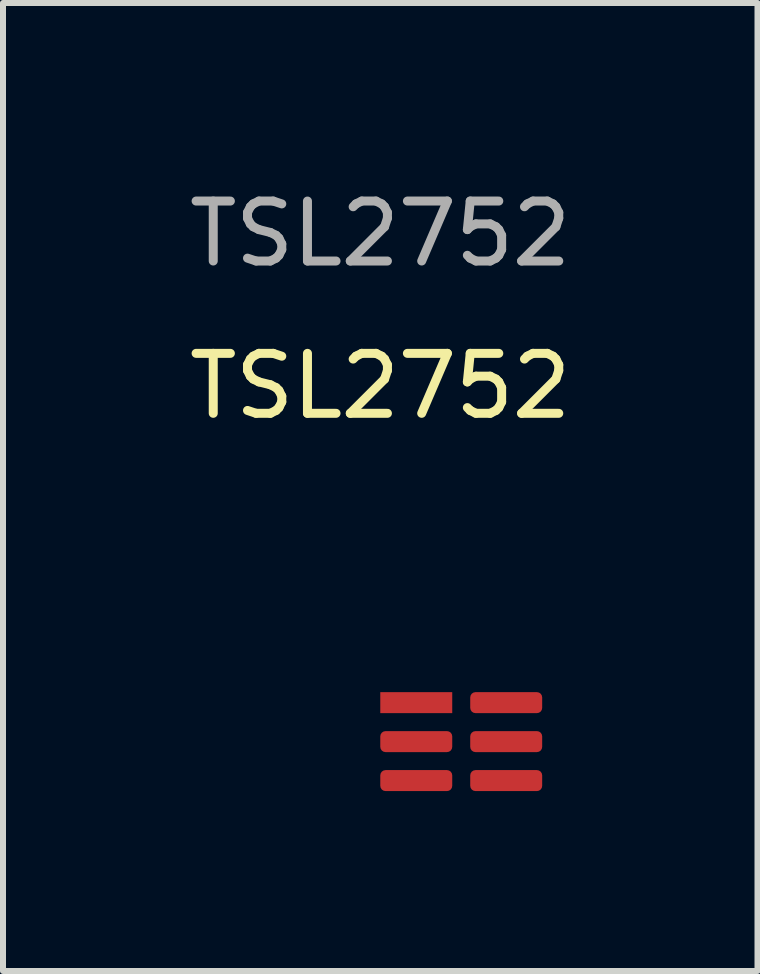
<source format=kicad_pcb>
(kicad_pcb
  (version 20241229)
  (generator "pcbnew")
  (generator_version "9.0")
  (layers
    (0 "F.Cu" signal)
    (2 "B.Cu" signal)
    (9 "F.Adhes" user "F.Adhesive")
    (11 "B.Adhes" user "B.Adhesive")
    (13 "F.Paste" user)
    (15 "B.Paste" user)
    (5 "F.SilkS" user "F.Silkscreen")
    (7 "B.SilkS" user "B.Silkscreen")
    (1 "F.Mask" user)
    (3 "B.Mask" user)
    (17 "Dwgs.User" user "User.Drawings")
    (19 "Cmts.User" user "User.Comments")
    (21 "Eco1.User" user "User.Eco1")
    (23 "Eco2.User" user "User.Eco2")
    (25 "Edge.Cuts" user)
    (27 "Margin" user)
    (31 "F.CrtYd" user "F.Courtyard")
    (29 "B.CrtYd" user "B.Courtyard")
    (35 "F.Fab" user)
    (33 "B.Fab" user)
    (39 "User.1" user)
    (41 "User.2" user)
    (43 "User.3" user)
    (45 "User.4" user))
  (footprint "TSL2752"
    (layer "F.Cu")
    (at 3.292 8.468)
    (property "Reference" "TSL2752" (at 0 -5.08 0) (unlocked yes) (layer "F.SilkS") (effects (font (size 1 1) (thickness 0.15))))
    (attr smd)
    (fp_text user "${REFERENCE}" (at 0 -7.62 0) (unlocked yes) (layer "F.Fab") (effects (font (size 1 1) (thickness 0.15))))
    (pad "1" smd rect (at 0.6 0.2) (size 1.2 0.35) (layers "F.Cu" "F.Mask" "F.Paste"))
    (pad "2" smd roundrect (at 0.6 0.85) (size 1.2 0.35) (layers "F.Cu" "F.Mask" "F.Paste") (roundrect_rratio 0.25))
    (pad "3" smd roundrect (at 0.6 1.5) (size 1.2 0.35) (layers "F.Cu" "F.Mask" "F.Paste") (roundrect_rratio 0.25))
    (pad "4" smd roundrect (at 2.1 1.5) (size 1.2 0.35) (layers "F.Cu" "F.Mask" "F.Paste") (roundrect_rratio 0.25))
    (pad "5" smd roundrect (at 2.1 0.85) (size 1.2 0.35) (layers "F.Cu" "F.Mask" "F.Paste") (roundrect_rratio 0.25))
    (pad "6" smd roundrect (at 2.1 0.2) (size 1.2 0.35) (layers "F.Cu" "F.Mask" "F.Paste") (roundrect_rratio 0.25)))
  (gr_rect
    (start -3 -3)
    (end 9.583 13.143)
    (stroke (width 0.1) (type default))
    (fill no)
    (layer "Edge.Cuts")))
</source>
